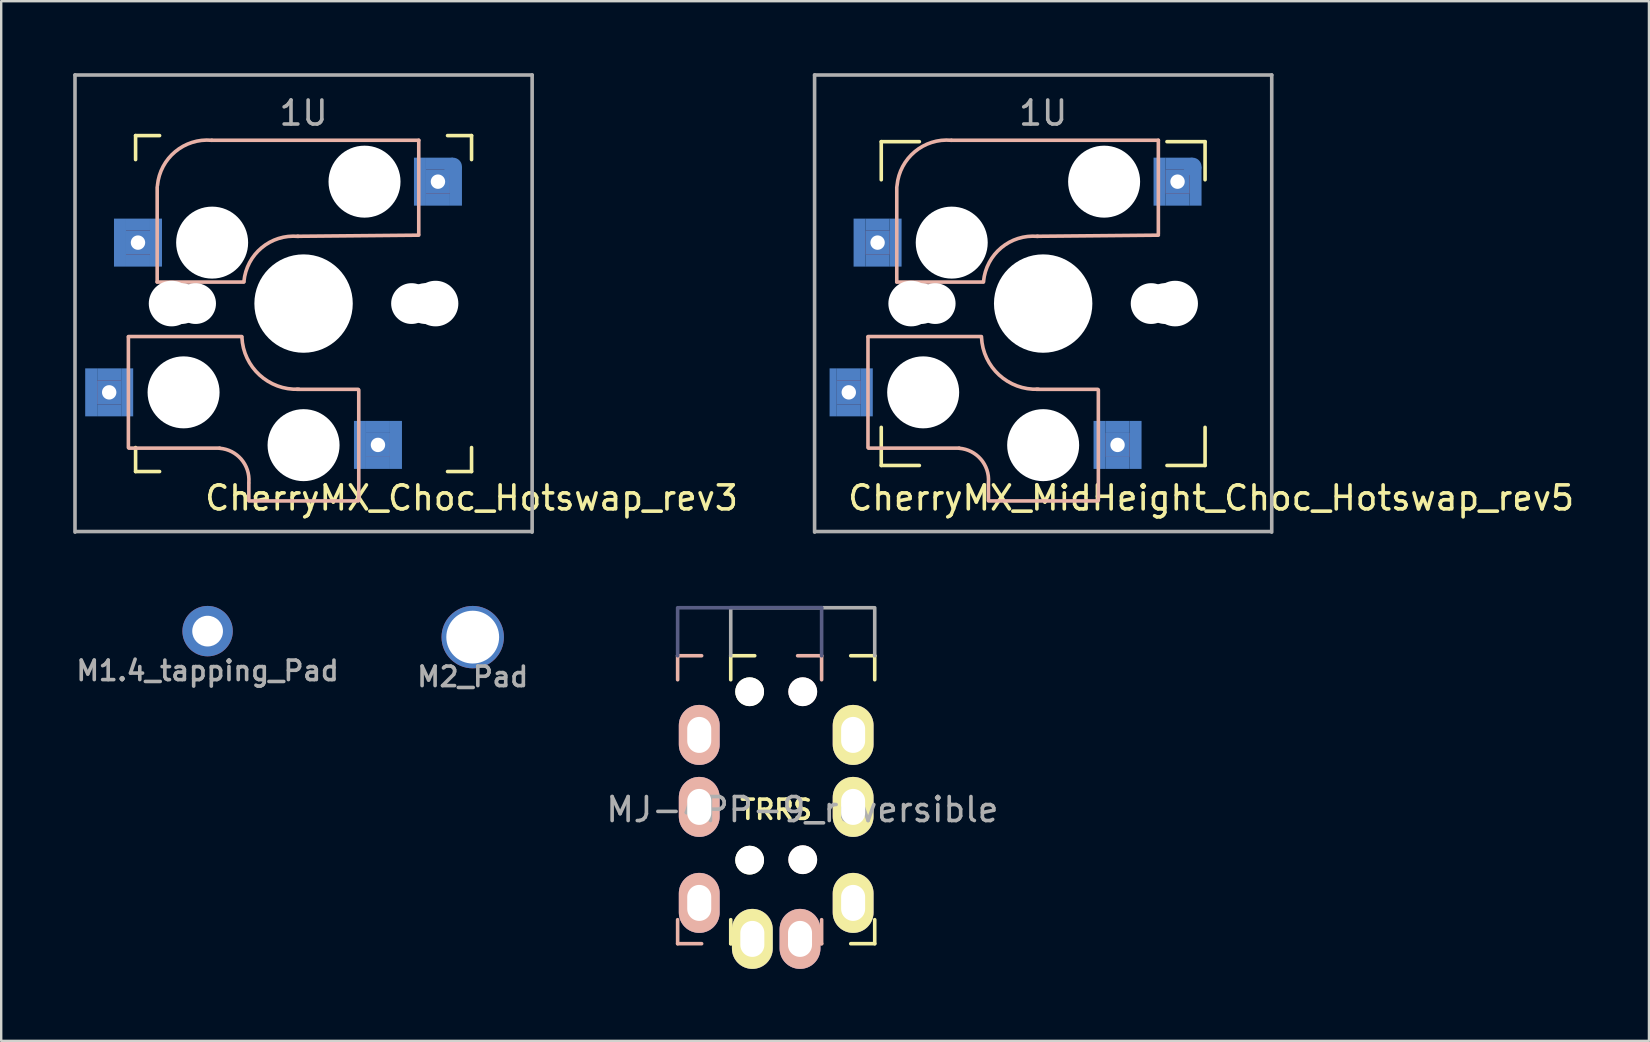
<source format=kicad_pcb>
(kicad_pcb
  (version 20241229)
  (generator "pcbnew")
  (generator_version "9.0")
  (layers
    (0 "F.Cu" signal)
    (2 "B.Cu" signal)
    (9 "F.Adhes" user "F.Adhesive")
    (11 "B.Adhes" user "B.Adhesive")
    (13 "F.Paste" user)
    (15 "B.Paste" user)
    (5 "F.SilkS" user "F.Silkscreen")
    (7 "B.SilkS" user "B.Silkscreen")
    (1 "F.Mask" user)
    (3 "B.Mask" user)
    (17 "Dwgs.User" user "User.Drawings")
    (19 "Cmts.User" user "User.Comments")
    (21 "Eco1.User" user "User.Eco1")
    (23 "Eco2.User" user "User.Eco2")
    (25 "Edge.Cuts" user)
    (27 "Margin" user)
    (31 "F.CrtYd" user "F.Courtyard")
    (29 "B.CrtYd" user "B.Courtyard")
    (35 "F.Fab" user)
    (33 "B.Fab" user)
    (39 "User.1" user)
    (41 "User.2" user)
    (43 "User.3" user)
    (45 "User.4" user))
  (footprint "M2_Pad"
    (layer "F.Cu")
    (at 16.649 23.5)
    (property "Reference" "M2_Pad" (at 0 1.651 0) (layer "F.Fab") (effects (font (size 0.813 0.813) (thickness 0.15))))
    (attr through_hole)
    (pad "1" thru_hole circle (at 0 0) (size 2.6 2.6) (drill 2.2) (layers "*.Cu" "*.Mask")))
  (footprint "CherryMX_MidHeight_Choc_Hotswap_rev5"
    (layer "F.Cu")
    (at 40.42 9.6)
    (property "Reference" "CherryMX_MidHeight_Choc_Hotswap_rev5" (at 7 8.1 0) (layer "F.SilkS") (effects (font (size 1 1) (thickness 0.15))))
    (attr through_hole)
    (fp_line (start -6.747 -6.747) (end -5.159 -6.747) (stroke (width 0.15) (type solid)) (layer "F.SilkS"))
    (fp_line (start -6.747 -5.159) (end -6.747 -6.747) (stroke (width 0.15) (type solid)) (layer "F.SilkS"))
    (fp_line (start -6.747 6.747) (end -6.747 5.159) (stroke (width 0.15) (type solid)) (layer "F.SilkS"))
    (fp_line (start -5.159 6.747) (end -6.747 6.747) (stroke (width 0.15) (type solid)) (layer "F.SilkS"))
    (fp_line (start 5.159 -6.747) (end 6.747 -6.747) (stroke (width 0.15) (type solid)) (layer "F.SilkS"))
    (fp_line (start 6.747 -6.747) (end 6.747 -5.159) (stroke (width 0.15) (type solid)) (layer "F.SilkS"))
    (fp_line (start 6.747 5.159) (end 6.747 6.747) (stroke (width 0.15) (type solid)) (layer "F.SilkS"))
    (fp_line (start 6.747 6.747) (end 5.159 6.747) (stroke (width 0.15) (type solid)) (layer "F.SilkS"))
    (fp_line (start -7.3 1.4) (end -7.3 6) (stroke (width 0.15) (type solid)) (layer "B.SilkS"))
    (fp_line (start -6.1 -4.85) (end -6.1 -0.905) (stroke (width 0.15) (type solid)) (layer "B.SilkS"))
    (fp_line (start -6.1 -0.896) (end -2.49 -0.896) (stroke (width 0.15) (type solid)) (layer "B.SilkS"))
    (fp_line (start -3.5 6.025) (end -7.275 6.025) (stroke (width 0.15) (type solid)) (layer "B.SilkS"))
    (fp_line (start -2.575 1.375) (end -7.3 1.375) (stroke (width 0.15) (type solid)) (layer "B.SilkS"))
    (fp_line (start -2.28 7.5) (end -2.28 8.2) (stroke (width 0.15) (type solid)) (layer "B.SilkS"))
    (fp_line (start 2.275 3.575) (end -0.275 3.575) (stroke (width 0.15) (type solid)) (layer "B.SilkS"))
    (fp_line (start 2.275 8.225) (end -2.275 8.225) (stroke (width 0.15) (type solid)) (layer "B.SilkS"))
    (fp_line (start 2.3 3.6) (end 2.3 8.2) (stroke (width 0.15) (type solid)) (layer "B.SilkS"))
    (fp_line (start 4.8 -6.804) (end -3.825 -6.804) (stroke (width 0.15) (type solid)) (layer "B.SilkS"))
    (fp_line (start 4.8 -2.896) (end 4.8 -6.804) (stroke (width 0.15) (type solid)) (layer "B.SilkS"))
    (fp_line (start 4.8 -2.85) (end -0.25 -2.804) (stroke (width 0.15) (type solid)) (layer "B.SilkS"))
    (fp_arc (start -6.089 -4.92) (mid -5.347189 -6.33089) (end -3.825 -6.804) (stroke (width 0.15) (type solid)) (layer "B.SilkS"))
    (fp_arc (start -3.5 6.03) (mid -2.595908 6.48733) (end -2.28 7.45) (stroke (width 0.15) (type solid)) (layer "B.SilkS"))
    (fp_arc (start -2.485 -0.92) (mid -1.744361 -2.328061) (end -0.225 -2.8) (stroke (width 0.15) (type solid)) (layer "B.SilkS"))
    (fp_arc (start -0.2 3.57) (mid -1.834422 2.975843) (end -2.57 1.4) (stroke (width 0.15) (type solid)) (layer "B.SilkS"))
    (fp_line (start -9.525 -9.525) (end 9.525 -9.525) (stroke (width 0.15) (type solid)) (layer "F.Fab"))
    (fp_line (start -9.525 9.525) (end -9.525 -9.525) (stroke (width 0.15) (type solid)) (layer "F.Fab"))
    (fp_line (start 9.5 9.5) (end -9.5 9.5) (stroke (width 0.15) (type solid)) (layer "F.Fab"))
    (fp_line (start 9.525 -9.525) (end 9.525 9.525) (stroke (width 0.15) (type solid)) (layer "F.Fab"))
    (fp_text user "1U" (at 0 -7.938 0) (layer "F.Fab") (effects (font (size 1 1) (thickness 0.15))))
    (pad "" np_thru_hole circle (at -5.5 0 90) (size 1.9 1.9) (drill 1.9) (layers "*.Cu" "*.Mask"))
    (pad "" np_thru_hole circle (at -5.08 0) (size 1.7 1.7) (drill 1.7) (layers "*.Cu" "*.Mask"))
    (pad "" np_thru_hole circle (at -5 3.7 90) (size 3 3) (drill 3) (layers "*.Cu" "*.Mask"))
    (pad "" np_thru_hole circle (at -4.5 0) (size 1.7 1.7) (drill 1.7) (layers "*.Cu" "*.Mask"))
    (pad "" np_thru_hole circle (at -3.81 -2.54 180) (size 3 3) (drill 3) (layers "*.Cu" "*.Mask"))
    (pad "" np_thru_hole circle (at 0 0 90) (size 4.1 4.1) (drill 4.1) (layers "*.Cu" "*.Mask"))
    (pad "" np_thru_hole circle (at 0 5.9 90) (size 3 3) (drill 3) (layers "*.Cu" "*.Mask"))
    (pad "" np_thru_hole circle (at 2.54 -5.08 180) (size 3 3) (drill 3) (layers "*.Cu" "*.Mask"))
    (pad "" np_thru_hole circle (at 4.5 0) (size 1.7 1.7) (drill 1.7) (layers "*.Cu" "*.Mask"))
    (pad "" np_thru_hole circle (at 5.08 0) (size 1.7 1.7) (drill 1.7) (layers "*.Cu" "*.Mask"))
    (pad "" np_thru_hole circle (at 5.5 0 90) (size 1.9 1.9) (drill 1.9) (layers "*.Cu" "*.Mask"))
    (pad "1" smd rect (at -8.75 3.7 180) (size 0.3 2) (layers "B.Cu" "B.Mask" "B.Paste"))
    (pad "1" smd rect (at -8.1 2.95 180) (size 1 0.5) (layers "B.Cu" "B.Mask" "B.Paste"))
    (pad "1" thru_hole rect (at -8.1 3.7) (size 1 1) (drill 0.6) (layers "*.Cu" "B.Mask"))
    (pad "1" smd rect (at -8.1 4.45 180) (size 1 0.5) (layers "B.Cu" "B.Mask" "B.Paste"))
    (pad "1" smd rect (at -7.65 -2.54 180) (size 0.5 2) (layers "B.Cu" "B.Mask" "B.Paste"))
    (pad "1" smd rect (at -7.35 3.7 180) (size 0.5 2) (layers "B.Cu" "B.Mask" "B.Paste"))
    (pad "1" smd rect (at -6.9 -3.29 180) (size 1 0.5) (layers "B.Cu" "B.Mask" "B.Paste"))
    (pad "1" thru_hole rect (at -6.9 -2.54) (size 1 1) (drill 0.6) (layers "*.Cu" "B.Mask"))
    (pad "1" smd rect (at -6.9 -1.79 180) (size 1 0.5) (layers "B.Cu" "B.Mask" "B.Paste"))
    (pad "1" smd rect (at -6.15 -2.54 180) (size 0.5 2) (layers "B.Cu" "B.Mask" "B.Paste"))
    (pad "2" smd rect (at 2.35 5.89 180) (size 0.5 2) (layers "B.Cu" "B.Mask" "B.Paste"))
    (pad "2" smd rect (at 3.1 5.14 180) (size 1 0.5) (layers "B.Cu" "B.Mask" "B.Paste"))
    (pad "2" thru_hole rect (at 3.1 5.89) (size 1 1) (drill 0.6) (layers "*.Cu" "B.Mask"))
    (pad "2" smd rect (at 3.1 6.64 180) (size 1 0.5) (layers "B.Cu" "B.Mask" "B.Paste"))
    (pad "2" smd rect (at 3.85 5.89 180) (size 0.5 2) (layers "B.Cu" "B.Mask" "B.Paste"))
    (pad "2" smd rect (at 4.85 -5.08 180) (size 0.5 2) (layers "B.Cu" "B.Mask" "B.Paste"))
    (pad "2" thru_hole rect (at 5.6 -5.08) (size 1 1) (drill 0.6) (layers "*.Cu" "B.Mask"))
    (pad "2" smd rect (at 5.6 -4.33 180) (size 1 0.5) (layers "B.Cu" "B.Mask" "B.Paste"))
    (pad "2" smd rect (at 5.661 -5.83 180) (size 1.125 0.5) (layers "B.Cu" "B.Mask" "B.Paste"))
    (pad "2" smd circle (at 6.225 -5.705 180) (size 0.75 0.75) (layers "B.Cu" "B.Mask" "B.Paste"))
    (pad "2" smd rect (at 6.35 -4.893 180) (size 0.5 1.625) (layers "B.Cu" "B.Mask" "B.Paste")))
  (footprint "MJ-4PP-9_reversible"
    (layer "F.Cu")
    (at 30.401 24.275)
    (property "Reference" "MJ-4PP-9_reversible" (at -0.014 6.413 0) (layer "F.Fab") (effects (font (size 1 1) (thickness 0.15))))
    (attr through_hole)
    (fp_line (start -3 0) (end -2 0) (stroke (width 0.15) (type solid)) (layer "F.SilkS"))
    (fp_line (start -3 1) (end -3 0) (stroke (width 0.15) (type solid)) (layer "F.SilkS"))
    (fp_line (start -3 12) (end -3 11) (stroke (width 0.15) (type solid)) (layer "F.SilkS"))
    (fp_line (start -2 12) (end -3 12) (stroke (width 0.15) (type solid)) (layer "F.SilkS"))
    (fp_line (start 2 12) (end 3 12) (stroke (width 0.15) (type solid)) (layer "F.SilkS"))
    (fp_line (start 3 0) (end 2 0) (stroke (width 0.15) (type solid)) (layer "F.SilkS"))
    (fp_line (start 3 0) (end 3 1) (stroke (width 0.15) (type solid)) (layer "F.SilkS"))
    (fp_line (start 3 11) (end 3 12) (stroke (width 0.15) (type solid)) (layer "F.SilkS"))
    (fp_line (start -5.213 0) (end -4.213 0) (stroke (width 0.15) (type solid)) (layer "B.SilkS"))
    (fp_line (start -5.213 1) (end -5.213 0) (stroke (width 0.15) (type solid)) (layer "B.SilkS"))
    (fp_line (start -5.213 12) (end -5.213 11) (stroke (width 0.15) (type solid)) (layer "B.SilkS"))
    (fp_line (start -4.213 12) (end -5.213 12) (stroke (width 0.15) (type solid)) (layer "B.SilkS"))
    (fp_line (start -0.213 12) (end 0.787 12) (stroke (width 0.15) (type solid)) (layer "B.SilkS"))
    (fp_line (start 0.787 0) (end -0.213 0) (stroke (width 0.15) (type solid)) (layer "B.SilkS"))
    (fp_line (start 0.787 0) (end 0.787 1) (stroke (width 0.15) (type solid)) (layer "B.SilkS"))
    (fp_line (start 0.787 11) (end 0.787 12) (stroke (width 0.15) (type solid)) (layer "B.SilkS"))
    (fp_line (start -5.213 -2) (end -5.213 0) (stroke (width 0.15) (type solid)) (layer "B.Fab"))
    (fp_line (start 0.787 -2) (end -5.163 -2) (stroke (width 0.15) (type solid)) (layer "B.Fab"))
    (fp_line (start 0.787 0) (end 0.787 -2) (stroke (width 0.15) (type solid)) (layer "B.Fab"))
    (fp_line (start -3 -2) (end 2.95 -2) (stroke (width 0.15) (type solid)) (layer "F.Fab"))
    (fp_line (start -3 0) (end -3 -2) (stroke (width 0.15) (type solid)) (layer "F.Fab"))
    (fp_line (start 3 -2) (end 3 0) (stroke (width 0.15) (type solid)) (layer "F.Fab"))
    (fp_text user "TRRS" (at -1.107 6.413 0) (layer "F.SilkS") (effects (font (size 0.8 0.8) (thickness 0.15))))
    (pad "" np_thru_hole circle (at -2.213 1.5 180) (size 1.2 1.2) (drill 1.2) (layers "*.Cu" "*.Mask" "F.SilkS"))
    (pad "" np_thru_hole circle (at -2.213 8.518 180) (size 1.2 1.2) (drill 1.2) (layers "*.Cu" "*.Mask" "F.SilkS"))
    (pad "" np_thru_hole circle (at 0 1.5) (size 1.2 1.2) (drill 1.2) (layers "*.Cu" "*.Mask" "B.SilkS"))
    (pad "" np_thru_hole circle (at 0 8.5) (size 1.2 1.2) (drill 1.2) (layers "*.Cu" "*.Mask" "B.SilkS"))
    (pad "A" thru_hole oval (at -2.1 11.8) (size 1.7 2.5) (drill oval 1 1.5) (layers "*.Cu" "*.Mask" "F.SilkS"))
    (pad "A" thru_hole oval (at -0.113 11.8 180) (size 1.7 2.5) (drill oval 1 1.5) (layers "*.Cu" "*.Mask" "B.SilkS"))
    (pad "B" thru_hole oval (at -4.313 3.3 180) (size 1.7 2.5) (drill oval 1 1.5) (layers "*.Cu" "*.Mask" "B.SilkS"))
    (pad "B" thru_hole oval (at 2.1 3.3) (size 1.7 2.5) (drill oval 1 1.5) (layers "*.Cu" "*.Mask" "F.SilkS"))
    (pad "C" thru_hole oval (at -4.313 6.3 180) (size 1.7 2.5) (drill oval 1 1.5) (layers "*.Cu" "*.Mask" "B.SilkS"))
    (pad "C" thru_hole oval (at 2.1 6.3) (size 1.7 2.5) (drill oval 1 1.5) (layers "*.Cu" "*.Mask" "F.SilkS"))
    (pad "D" thru_hole oval (at -4.313 10.3 180) (size 1.7 2.5) (drill oval 1 1.5) (layers "*.Cu" "*.Mask" "B.SilkS"))
    (pad "D" thru_hole oval (at 2.1 10.3) (size 1.7 2.5) (drill oval 1 1.5) (layers "*.Cu" "*.Mask" "F.SilkS")))
  (footprint "M1.4_tapping_Pad"
    (layer "F.Cu")
    (at 5.601 23.25)
    (property "Reference" "M1.4_tapping_Pad" (at 0 1.651 0) (layer "F.Fab") (effects (font (size 0.813 0.813) (thickness 0.15))))
    (attr through_hole)
    (pad "" thru_hole circle (at 0 0) (size 2.1 2.1) (drill 1.28) (layers "*.Cu" "*.Mask")))
  (footprint "CherryMX_Choc_Hotswap_rev3"
    (layer "F.Cu")
    (at 9.6 9.6)
    (property "Reference" "CherryMX_Choc_Hotswap_rev3" (at 7 8.1 0) (layer "F.SilkS") (effects (font (size 1 1) (thickness 0.15))))
    (attr through_hole)
    (fp_line (start -7 -7) (end -7 -6) (stroke (width 0.15) (type solid)) (layer "F.SilkS"))
    (fp_line (start -7 -7) (end -6 -7) (stroke (width 0.15) (type solid)) (layer "F.SilkS"))
    (fp_line (start -7 6) (end -7 7) (stroke (width 0.15) (type solid)) (layer "F.SilkS"))
    (fp_line (start -7 7) (end -6 7) (stroke (width 0.15) (type solid)) (layer "F.SilkS"))
    (fp_line (start 6 -7) (end 7 -7) (stroke (width 0.15) (type solid)) (layer "F.SilkS"))
    (fp_line (start 6 7) (end 7 7) (stroke (width 0.15) (type solid)) (layer "F.SilkS"))
    (fp_line (start 7 -7) (end 7 -6) (stroke (width 0.15) (type solid)) (layer "F.SilkS"))
    (fp_line (start 7 7) (end 7 6) (stroke (width 0.15) (type solid)) (layer "F.SilkS"))
    (fp_line (start -7.3 1.4) (end -7.3 6) (stroke (width 0.15) (type solid)) (layer "B.SilkS"))
    (fp_line (start -6.1 -4.85) (end -6.1 -0.905) (stroke (width 0.15) (type solid)) (layer "B.SilkS"))
    (fp_line (start -6.1 -0.896) (end -2.49 -0.896) (stroke (width 0.15) (type solid)) (layer "B.SilkS"))
    (fp_line (start -3.5 6.025) (end -7.275 6.025) (stroke (width 0.15) (type solid)) (layer "B.SilkS"))
    (fp_line (start -2.575 1.375) (end -7.3 1.375) (stroke (width 0.15) (type solid)) (layer "B.SilkS"))
    (fp_line (start -2.28 7.5) (end -2.28 8.2) (stroke (width 0.15) (type solid)) (layer "B.SilkS"))
    (fp_line (start 2.275 3.575) (end -0.275 3.575) (stroke (width 0.15) (type solid)) (layer "B.SilkS"))
    (fp_line (start 2.275 8.225) (end -2.275 8.225) (stroke (width 0.15) (type solid)) (layer "B.SilkS"))
    (fp_line (start 2.3 3.6) (end 2.3 8.2) (stroke (width 0.15) (type solid)) (layer "B.SilkS"))
    (fp_line (start 4.8 -6.804) (end -3.825 -6.804) (stroke (width 0.15) (type solid)) (layer "B.SilkS"))
    (fp_line (start 4.8 -2.896) (end 4.8 -6.804) (stroke (width 0.15) (type solid)) (layer "B.SilkS"))
    (fp_line (start 4.8 -2.85) (end -0.25 -2.804) (stroke (width 0.15) (type solid)) (layer "B.SilkS"))
    (fp_arc (start -6.089 -4.92) (mid -5.347189 -6.33089) (end -3.825 -6.804) (stroke (width 0.15) (type solid)) (layer "B.SilkS"))
    (fp_arc (start -3.5 6.03) (mid -2.595908 6.48733) (end -2.28 7.45) (stroke (width 0.15) (type solid)) (layer "B.SilkS"))
    (fp_arc (start -2.485 -0.92) (mid -1.744361 -2.328061) (end -0.225 -2.8) (stroke (width 0.15) (type solid)) (layer "B.SilkS"))
    (fp_arc (start -0.2 3.57) (mid -1.834422 2.975843) (end -2.57 1.4) (stroke (width 0.15) (type solid)) (layer "B.SilkS"))
    (fp_line (start -9.525 -9.525) (end 9.525 -9.525) (stroke (width 0.15) (type solid)) (layer "F.Fab"))
    (fp_line (start -9.525 9.525) (end -9.525 -9.525) (stroke (width 0.15) (type solid)) (layer "F.Fab"))
    (fp_line (start 9.5 9.5) (end -9.5 9.5) (stroke (width 0.15) (type solid)) (layer "F.Fab"))
    (fp_line (start 9.525 -9.525) (end 9.525 9.525) (stroke (width 0.15) (type solid)) (layer "F.Fab"))
    (fp_text user "1U" (at 0 -7.938 0) (layer "F.Fab") (effects (font (size 1 1) (thickness 0.15))))
    (pad "" np_thru_hole circle (at -5.5 0 90) (size 1.9 1.9) (drill 1.9) (layers "*.Cu" "*.Mask"))
    (pad "" np_thru_hole circle (at -5.08 0) (size 1.7 1.7) (drill 1.7) (layers "*.Cu" "*.Mask"))
    (pad "" np_thru_hole circle (at -5 3.7 90) (size 3 3) (drill 3) (layers "*.Cu" "*.Mask"))
    (pad "" np_thru_hole circle (at -4.5 0) (size 1.7 1.7) (drill 1.7) (layers "*.Cu" "*.Mask"))
    (pad "" np_thru_hole circle (at -3.81 -2.54 180) (size 3 3) (drill 3) (layers "*.Cu" "*.Mask"))
    (pad "" np_thru_hole circle (at 0 0 90) (size 4.1 4.1) (drill 4.1) (layers "*.Cu" "*.Mask"))
    (pad "" np_thru_hole circle (at 0 5.9 90) (size 3 3) (drill 3) (layers "*.Cu" "*.Mask"))
    (pad "" np_thru_hole circle (at 2.54 -5.08 180) (size 3 3) (drill 3) (layers "*.Cu" "*.Mask"))
    (pad "" np_thru_hole circle (at 4.5 0) (size 1.7 1.7) (drill 1.7) (layers "*.Cu" "*.Mask"))
    (pad "" np_thru_hole circle (at 5.08 0) (size 1.7 1.7) (drill 1.7) (layers "*.Cu" "*.Mask"))
    (pad "" np_thru_hole circle (at 5.5 0 90) (size 1.9 1.9) (drill 1.9) (layers "*.Cu" "*.Mask"))
    (pad "1" smd rect (at -8.85 3.7 180) (size 0.5 2) (layers "B.Cu" "B.Mask" "B.Paste"))
    (pad "1" smd rect (at -8.1 2.95 180) (size 1 0.5) (layers "B.Cu" "B.Mask" "B.Paste"))
    (pad "1" thru_hole rect (at -8.1 3.7) (size 1 1) (drill 0.6) (layers "*.Cu" "B.Mask"))
    (pad "1" smd rect (at -8.1 4.45 180) (size 1 0.5) (layers "B.Cu" "B.Mask" "B.Paste"))
    (pad "1" smd rect (at -7.65 -2.54 180) (size 0.5 2) (layers "B.Cu" "B.Mask" "B.Paste"))
    (pad "1" smd rect (at -7.35 3.7 180) (size 0.5 2) (layers "B.Cu" "B.Mask" "B.Paste"))
    (pad "1" smd rect (at -6.9 -3.29 180) (size 1 0.5) (layers "B.Cu" "B.Mask" "B.Paste"))
    (pad "1" thru_hole rect (at -6.9 -2.54) (size 1 1) (drill 0.6) (layers "*.Cu" "B.Mask"))
    (pad "1" smd rect (at -6.9 -1.79 180) (size 1 0.5) (layers "B.Cu" "B.Mask" "B.Paste"))
    (pad "1" smd rect (at -6.15 -2.54 180) (size 0.5 2) (layers "B.Cu" "B.Mask" "B.Paste"))
    (pad "2" smd rect (at 2.35 5.89 180) (size 0.5 2) (layers "B.Cu" "B.Mask" "B.Paste"))
    (pad "2" smd rect (at 3.1 5.14 180) (size 1 0.5) (layers "B.Cu" "B.Mask" "B.Paste"))
    (pad "2" thru_hole rect (at 3.1 5.89) (size 1 1) (drill 0.6) (layers "*.Cu" "B.Mask"))
    (pad "2" smd rect (at 3.1 6.64 180) (size 1 0.5) (layers "B.Cu" "B.Mask" "B.Paste"))
    (pad "2" smd rect (at 3.85 5.89 180) (size 0.5 2) (layers "B.Cu" "B.Mask" "B.Paste"))
    (pad "2" smd rect (at 4.85 -5.08 180) (size 0.5 2) (layers "B.Cu" "B.Mask" "B.Paste"))
    (pad "2" thru_hole rect (at 5.6 -5.08) (size 1 1) (drill 0.6) (layers "*.Cu" "B.Mask"))
    (pad "2" smd rect (at 5.6 -4.33 180) (size 1 0.5) (layers "B.Cu" "B.Mask" "B.Paste"))
    (pad "2" smd rect (at 5.661 -5.83 180) (size 1.125 0.5) (layers "B.Cu" "B.Mask" "B.Paste"))
    (pad "2" smd circle (at 6.225 -5.705 180) (size 0.75 0.75) (layers "B.Cu" "B.Mask" "B.Paste"))
    (pad "2" smd rect (at 6.35 -4.893 180) (size 0.5 1.625) (layers "B.Cu" "B.Mask" "B.Paste")))
  (gr_rect
    (start -3 -3)
    (end 65.664 40.325)
    (stroke (width 0.1) (type default))
    (fill no)
    (layer "Edge.Cuts")))
</source>
